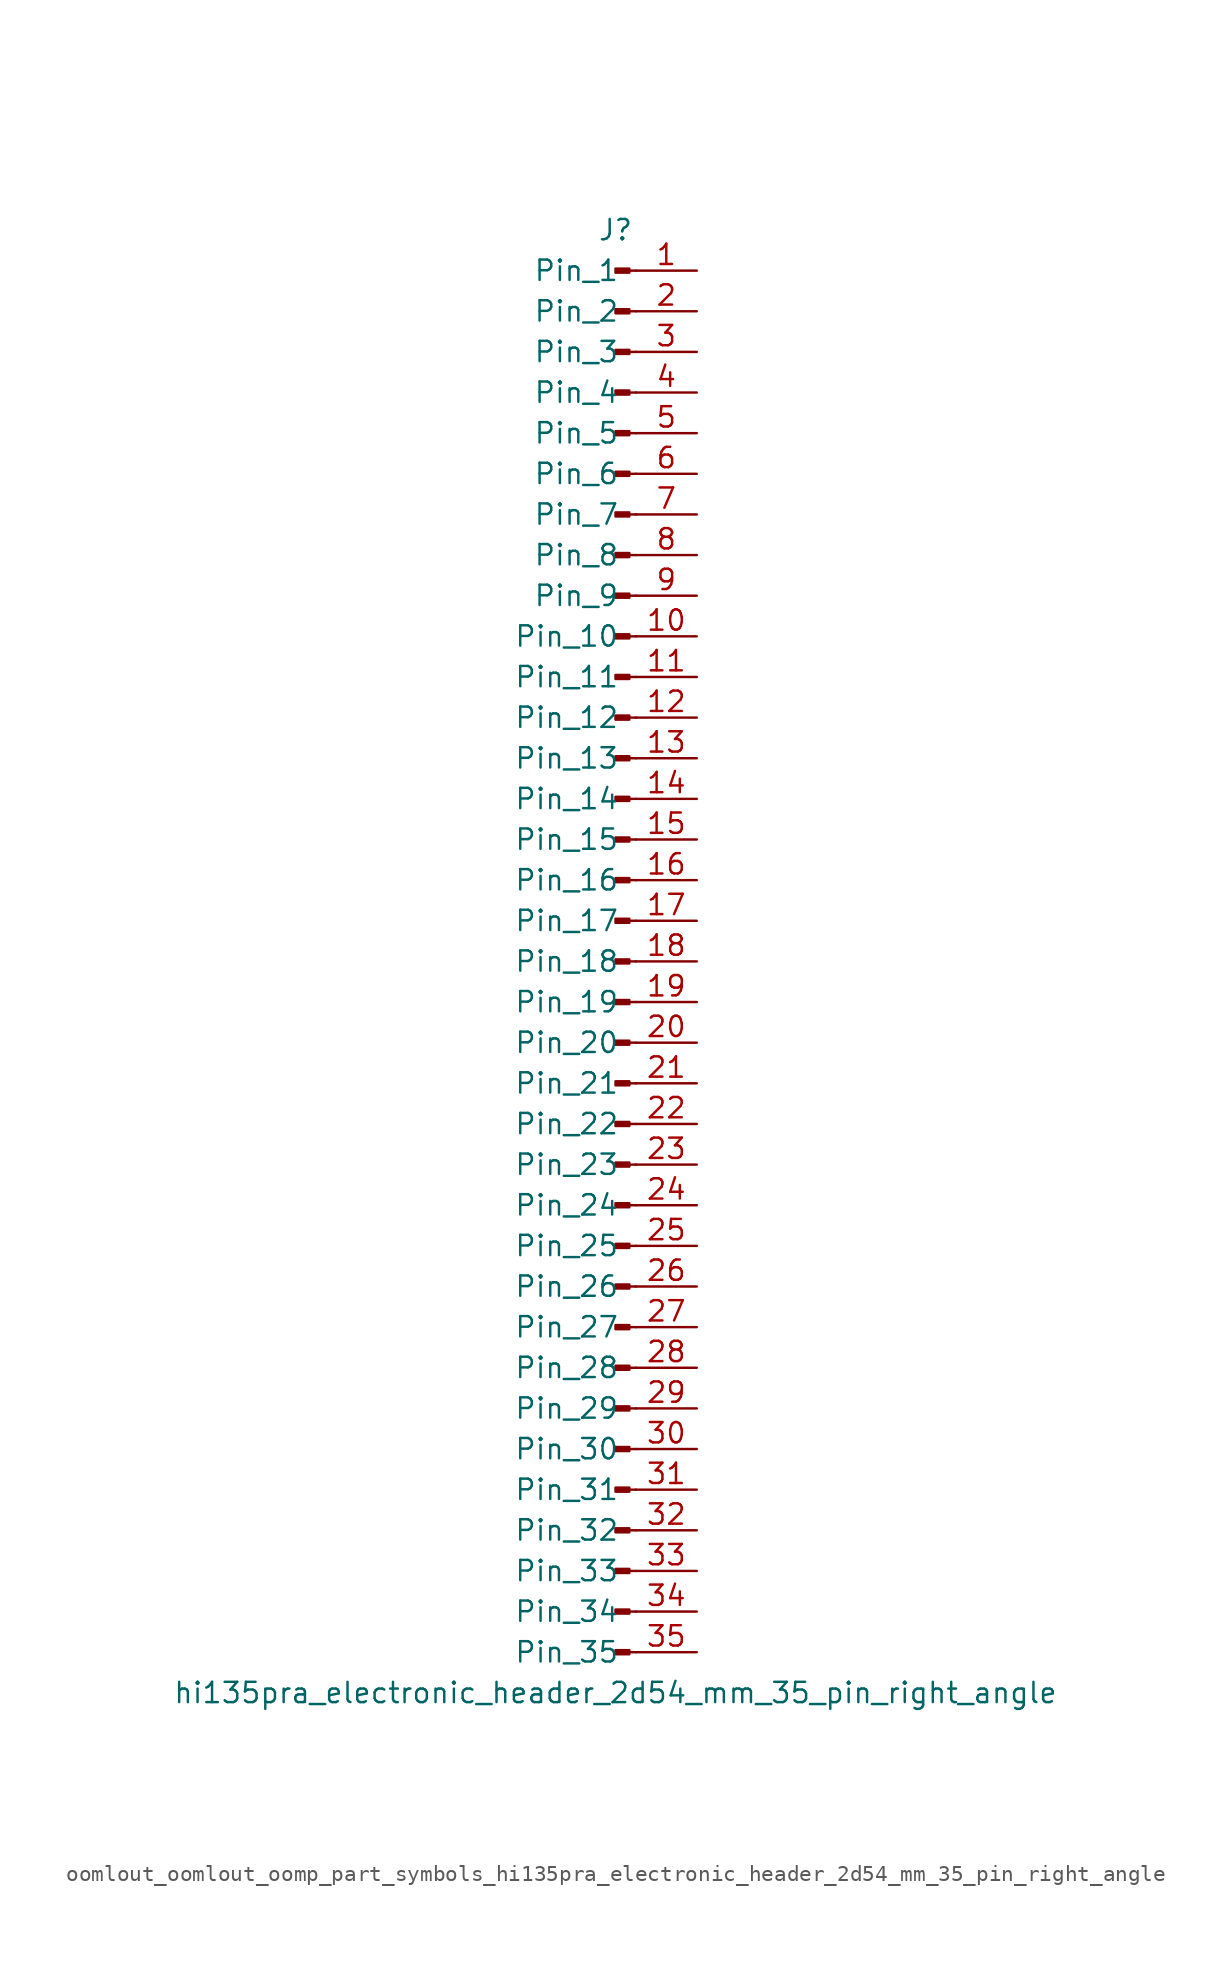
<source format=kicad_sym>
(kicad_symbol_lib
  (version 20220914)
  (generator kicad_symbol_editor)
  (symbol "oomlout_oomlout_oomp_part_symbols_hi135pra_electronic_header_2d54_mm_35_pin_right_angle"
    (pin_names
      (offset 1.016))
    (property "Reference" "J"
      (at 0 45.72 0)
      (effects (font (size 1.27 1.27))))
    (property "Value" "hi135pra_electronic_header_2d54_mm_35_pin_right_angle"
      (at 0 -45.72 0)
      (effects (font (size 1.27 1.27))))
    (property "ki_locked" ""
      (at 0 0 0)
      (effects (font (size 1.27 1.27))))
    (symbol "oomlout_oomlout_oomp_part_symbols_hi135pra_electronic_header_2d54_mm_35_pin_right_angle_1_1"
      (polyline (pts (xy 1.27 -43.18) (xy 0.864 -43.18)) (stroke (width 0.152) (type default)) (fill (type none)))
      (polyline (pts (xy 1.27 -40.64) (xy 0.864 -40.64)) (stroke (width 0.152) (type default)) (fill (type none)))
      (polyline (pts (xy 1.27 -38.1) (xy 0.864 -38.1)) (stroke (width 0.152) (type default)) (fill (type none)))
      (polyline (pts (xy 1.27 -35.56) (xy 0.864 -35.56)) (stroke (width 0.152) (type default)) (fill (type none)))
      (polyline (pts (xy 1.27 -33.02) (xy 0.864 -33.02)) (stroke (width 0.152) (type default)) (fill (type none)))
      (polyline (pts (xy 1.27 -30.48) (xy 0.864 -30.48)) (stroke (width 0.152) (type default)) (fill (type none)))
      (polyline (pts (xy 1.27 -27.94) (xy 0.864 -27.94)) (stroke (width 0.152) (type default)) (fill (type none)))
      (polyline (pts (xy 1.27 -25.4) (xy 0.864 -25.4)) (stroke (width 0.152) (type default)) (fill (type none)))
      (polyline (pts (xy 1.27 -22.86) (xy 0.864 -22.86)) (stroke (width 0.152) (type default)) (fill (type none)))
      (polyline (pts (xy 1.27 -20.32) (xy 0.864 -20.32)) (stroke (width 0.152) (type default)) (fill (type none)))
      (polyline (pts (xy 1.27 -17.78) (xy 0.864 -17.78)) (stroke (width 0.152) (type default)) (fill (type none)))
      (polyline (pts (xy 1.27 -15.24) (xy 0.864 -15.24)) (stroke (width 0.152) (type default)) (fill (type none)))
      (polyline (pts (xy 1.27 -12.7) (xy 0.864 -12.7)) (stroke (width 0.152) (type default)) (fill (type none)))
      (polyline (pts (xy 1.27 -10.16) (xy 0.864 -10.16)) (stroke (width 0.152) (type default)) (fill (type none)))
      (polyline (pts (xy 1.27 -7.62) (xy 0.864 -7.62)) (stroke (width 0.152) (type default)) (fill (type none)))
      (polyline (pts (xy 1.27 -5.08) (xy 0.864 -5.08)) (stroke (width 0.152) (type default)) (fill (type none)))
      (polyline (pts (xy 1.27 -2.54) (xy 0.864 -2.54)) (stroke (width 0.152) (type default)) (fill (type none)))
      (polyline (pts (xy 1.27 0) (xy 0.864 0)) (stroke (width 0.152) (type default)) (fill (type none)))
      (polyline (pts (xy 1.27 2.54) (xy 0.864 2.54)) (stroke (width 0.152) (type default)) (fill (type none)))
      (polyline (pts (xy 1.27 5.08) (xy 0.864 5.08)) (stroke (width 0.152) (type default)) (fill (type none)))
      (polyline (pts (xy 1.27 7.62) (xy 0.864 7.62)) (stroke (width 0.152) (type default)) (fill (type none)))
      (polyline (pts (xy 1.27 10.16) (xy 0.864 10.16)) (stroke (width 0.152) (type default)) (fill (type none)))
      (polyline (pts (xy 1.27 12.7) (xy 0.864 12.7)) (stroke (width 0.152) (type default)) (fill (type none)))
      (polyline (pts (xy 1.27 15.24) (xy 0.864 15.24)) (stroke (width 0.152) (type default)) (fill (type none)))
      (polyline (pts (xy 1.27 17.78) (xy 0.864 17.78)) (stroke (width 0.152) (type default)) (fill (type none)))
      (polyline (pts (xy 1.27 20.32) (xy 0.864 20.32)) (stroke (width 0.152) (type default)) (fill (type none)))
      (polyline (pts (xy 1.27 22.86) (xy 0.864 22.86)) (stroke (width 0.152) (type default)) (fill (type none)))
      (polyline (pts (xy 1.27 25.4) (xy 0.864 25.4)) (stroke (width 0.152) (type default)) (fill (type none)))
      (polyline (pts (xy 1.27 27.94) (xy 0.864 27.94)) (stroke (width 0.152) (type default)) (fill (type none)))
      (polyline (pts (xy 1.27 30.48) (xy 0.864 30.48)) (stroke (width 0.152) (type default)) (fill (type none)))
      (polyline (pts (xy 1.27 33.02) (xy 0.864 33.02)) (stroke (width 0.152) (type default)) (fill (type none)))
      (polyline (pts (xy 1.27 35.56) (xy 0.864 35.56)) (stroke (width 0.152) (type default)) (fill (type none)))
      (polyline (pts (xy 1.27 38.1) (xy 0.864 38.1)) (stroke (width 0.152) (type default)) (fill (type none)))
      (polyline (pts (xy 1.27 40.64) (xy 0.864 40.64)) (stroke (width 0.152) (type default)) (fill (type none)))
      (polyline (pts (xy 1.27 43.18) (xy 0.864 43.18)) (stroke (width 0.152) (type default)) (fill (type none)))
      (rectangle (start 0.864 -43.053) (end 0 -43.307) (stroke (width 0.152) (type default)) (fill (type outline)))
      (rectangle (start 0.864 -40.513) (end 0 -40.767) (stroke (width 0.152) (type default)) (fill (type outline)))
      (rectangle (start 0.864 -37.973) (end 0 -38.227) (stroke (width 0.152) (type default)) (fill (type outline)))
      (rectangle (start 0.864 -35.433) (end 0 -35.687) (stroke (width 0.152) (type default)) (fill (type outline)))
      (rectangle (start 0.864 -32.893) (end 0 -33.147) (stroke (width 0.152) (type default)) (fill (type outline)))
      (rectangle (start 0.864 -30.353) (end 0 -30.607) (stroke (width 0.152) (type default)) (fill (type outline)))
      (rectangle (start 0.864 -27.813) (end 0 -28.067) (stroke (width 0.152) (type default)) (fill (type outline)))
      (rectangle (start 0.864 -25.273) (end 0 -25.527) (stroke (width 0.152) (type default)) (fill (type outline)))
      (rectangle (start 0.864 -22.733) (end 0 -22.987) (stroke (width 0.152) (type default)) (fill (type outline)))
      (rectangle (start 0.864 -20.193) (end 0 -20.447) (stroke (width 0.152) (type default)) (fill (type outline)))
      (rectangle (start 0.864 -17.653) (end 0 -17.907) (stroke (width 0.152) (type default)) (fill (type outline)))
      (rectangle (start 0.864 -15.113) (end 0 -15.367) (stroke (width 0.152) (type default)) (fill (type outline)))
      (rectangle (start 0.864 -12.573) (end 0 -12.827) (stroke (width 0.152) (type default)) (fill (type outline)))
      (rectangle (start 0.864 -10.033) (end 0 -10.287) (stroke (width 0.152) (type default)) (fill (type outline)))
      (rectangle (start 0.864 -7.493) (end 0 -7.747) (stroke (width 0.152) (type default)) (fill (type outline)))
      (rectangle (start 0.864 -4.953) (end 0 -5.207) (stroke (width 0.152) (type default)) (fill (type outline)))
      (rectangle (start 0.864 -2.413) (end 0 -2.667) (stroke (width 0.152) (type default)) (fill (type outline)))
      (rectangle (start 0.864 0.127) (end 0 -0.127) (stroke (width 0.152) (type default)) (fill (type outline)))
      (rectangle (start 0.864 2.667) (end 0 2.413) (stroke (width 0.152) (type default)) (fill (type outline)))
      (rectangle (start 0.864 5.207) (end 0 4.953) (stroke (width 0.152) (type default)) (fill (type outline)))
      (rectangle (start 0.864 7.747) (end 0 7.493) (stroke (width 0.152) (type default)) (fill (type outline)))
      (rectangle (start 0.864 10.287) (end 0 10.033) (stroke (width 0.152) (type default)) (fill (type outline)))
      (rectangle (start 0.864 12.827) (end 0 12.573) (stroke (width 0.152) (type default)) (fill (type outline)))
      (rectangle (start 0.864 15.367) (end 0 15.113) (stroke (width 0.152) (type default)) (fill (type outline)))
      (rectangle (start 0.864 17.907) (end 0 17.653) (stroke (width 0.152) (type default)) (fill (type outline)))
      (rectangle (start 0.864 20.447) (end 0 20.193) (stroke (width 0.152) (type default)) (fill (type outline)))
      (rectangle (start 0.864 22.987) (end 0 22.733) (stroke (width 0.152) (type default)) (fill (type outline)))
      (rectangle (start 0.864 25.527) (end 0 25.273) (stroke (width 0.152) (type default)) (fill (type outline)))
      (rectangle (start 0.864 28.067) (end 0 27.813) (stroke (width 0.152) (type default)) (fill (type outline)))
      (rectangle (start 0.864 30.607) (end 0 30.353) (stroke (width 0.152) (type default)) (fill (type outline)))
      (rectangle (start 0.864 33.147) (end 0 32.893) (stroke (width 0.152) (type default)) (fill (type outline)))
      (rectangle (start 0.864 35.687) (end 0 35.433) (stroke (width 0.152) (type default)) (fill (type outline)))
      (rectangle (start 0.864 38.227) (end 0 37.973) (stroke (width 0.152) (type default)) (fill (type outline)))
      (rectangle (start 0.864 40.767) (end 0 40.513) (stroke (width 0.152) (type default)) (fill (type outline)))
      (rectangle (start 0.864 43.307) (end 0 43.053) (stroke (width 0.152) (type default)) (fill (type outline)))
      (pin passive line (at 5.08 43.18 180) (length 3.81) (name "Pin_1" (effects (font (size 1.27 1.27)))) (number "1" (effects (font (size 1.27 1.27)))))
      (pin passive line (at 5.08 20.32 180) (length 3.81) (name "Pin_10" (effects (font (size 1.27 1.27)))) (number "10" (effects (font (size 1.27 1.27)))))
      (pin passive line (at 5.08 17.78 180) (length 3.81) (name "Pin_11" (effects (font (size 1.27 1.27)))) (number "11" (effects (font (size 1.27 1.27)))))
      (pin passive line (at 5.08 15.24 180) (length 3.81) (name "Pin_12" (effects (font (size 1.27 1.27)))) (number "12" (effects (font (size 1.27 1.27)))))
      (pin passive line (at 5.08 12.7 180) (length 3.81) (name "Pin_13" (effects (font (size 1.27 1.27)))) (number "13" (effects (font (size 1.27 1.27)))))
      (pin passive line (at 5.08 10.16 180) (length 3.81) (name "Pin_14" (effects (font (size 1.27 1.27)))) (number "14" (effects (font (size 1.27 1.27)))))
      (pin passive line (at 5.08 7.62 180) (length 3.81) (name "Pin_15" (effects (font (size 1.27 1.27)))) (number "15" (effects (font (size 1.27 1.27)))))
      (pin passive line (at 5.08 5.08 180) (length 3.81) (name "Pin_16" (effects (font (size 1.27 1.27)))) (number "16" (effects (font (size 1.27 1.27)))))
      (pin passive line (at 5.08 2.54 180) (length 3.81) (name "Pin_17" (effects (font (size 1.27 1.27)))) (number "17" (effects (font (size 1.27 1.27)))))
      (pin passive line (at 5.08 0 180) (length 3.81) (name "Pin_18" (effects (font (size 1.27 1.27)))) (number "18" (effects (font (size 1.27 1.27)))))
      (pin passive line (at 5.08 -2.54 180) (length 3.81) (name "Pin_19" (effects (font (size 1.27 1.27)))) (number "19" (effects (font (size 1.27 1.27)))))
      (pin passive line (at 5.08 40.64 180) (length 3.81) (name "Pin_2" (effects (font (size 1.27 1.27)))) (number "2" (effects (font (size 1.27 1.27)))))
      (pin passive line (at 5.08 -5.08 180) (length 3.81) (name "Pin_20" (effects (font (size 1.27 1.27)))) (number "20" (effects (font (size 1.27 1.27)))))
      (pin passive line (at 5.08 -7.62 180) (length 3.81) (name "Pin_21" (effects (font (size 1.27 1.27)))) (number "21" (effects (font (size 1.27 1.27)))))
      (pin passive line (at 5.08 -10.16 180) (length 3.81) (name "Pin_22" (effects (font (size 1.27 1.27)))) (number "22" (effects (font (size 1.27 1.27)))))
      (pin passive line (at 5.08 -12.7 180) (length 3.81) (name "Pin_23" (effects (font (size 1.27 1.27)))) (number "23" (effects (font (size 1.27 1.27)))))
      (pin passive line (at 5.08 -15.24 180) (length 3.81) (name "Pin_24" (effects (font (size 1.27 1.27)))) (number "24" (effects (font (size 1.27 1.27)))))
      (pin passive line (at 5.08 -17.78 180) (length 3.81) (name "Pin_25" (effects (font (size 1.27 1.27)))) (number "25" (effects (font (size 1.27 1.27)))))
      (pin passive line (at 5.08 -20.32 180) (length 3.81) (name "Pin_26" (effects (font (size 1.27 1.27)))) (number "26" (effects (font (size 1.27 1.27)))))
      (pin passive line (at 5.08 -22.86 180) (length 3.81) (name "Pin_27" (effects (font (size 1.27 1.27)))) (number "27" (effects (font (size 1.27 1.27)))))
      (pin passive line (at 5.08 -25.4 180) (length 3.81) (name "Pin_28" (effects (font (size 1.27 1.27)))) (number "28" (effects (font (size 1.27 1.27)))))
      (pin passive line (at 5.08 -27.94 180) (length 3.81) (name "Pin_29" (effects (font (size 1.27 1.27)))) (number "29" (effects (font (size 1.27 1.27)))))
      (pin passive line (at 5.08 38.1 180) (length 3.81) (name "Pin_3" (effects (font (size 1.27 1.27)))) (number "3" (effects (font (size 1.27 1.27)))))
      (pin passive line (at 5.08 -30.48 180) (length 3.81) (name "Pin_30" (effects (font (size 1.27 1.27)))) (number "30" (effects (font (size 1.27 1.27)))))
      (pin passive line (at 5.08 -33.02 180) (length 3.81) (name "Pin_31" (effects (font (size 1.27 1.27)))) (number "31" (effects (font (size 1.27 1.27)))))
      (pin passive line (at 5.08 -35.56 180) (length 3.81) (name "Pin_32" (effects (font (size 1.27 1.27)))) (number "32" (effects (font (size 1.27 1.27)))))
      (pin passive line (at 5.08 -38.1 180) (length 3.81) (name "Pin_33" (effects (font (size 1.27 1.27)))) (number "33" (effects (font (size 1.27 1.27)))))
      (pin passive line (at 5.08 -40.64 180) (length 3.81) (name "Pin_34" (effects (font (size 1.27 1.27)))) (number "34" (effects (font (size 1.27 1.27)))))
      (pin passive line (at 5.08 -43.18 180) (length 3.81) (name "Pin_35" (effects (font (size 1.27 1.27)))) (number "35" (effects (font (size 1.27 1.27)))))
      (pin passive line (at 5.08 35.56 180) (length 3.81) (name "Pin_4" (effects (font (size 1.27 1.27)))) (number "4" (effects (font (size 1.27 1.27)))))
      (pin passive line (at 5.08 33.02 180) (length 3.81) (name "Pin_5" (effects (font (size 1.27 1.27)))) (number "5" (effects (font (size 1.27 1.27)))))
      (pin passive line (at 5.08 30.48 180) (length 3.81) (name "Pin_6" (effects (font (size 1.27 1.27)))) (number "6" (effects (font (size 1.27 1.27)))))
      (pin passive line (at 5.08 27.94 180) (length 3.81) (name "Pin_7" (effects (font (size 1.27 1.27)))) (number "7" (effects (font (size 1.27 1.27)))))
      (pin passive line (at 5.08 25.4 180) (length 3.81) (name "Pin_8" (effects (font (size 1.27 1.27)))) (number "8" (effects (font (size 1.27 1.27)))))
      (pin passive line (at 5.08 22.86 180) (length 3.81) (name "Pin_9" (effects (font (size 1.27 1.27)))) (number "9" (effects (font (size 1.27 1.27))))))))
</source>
